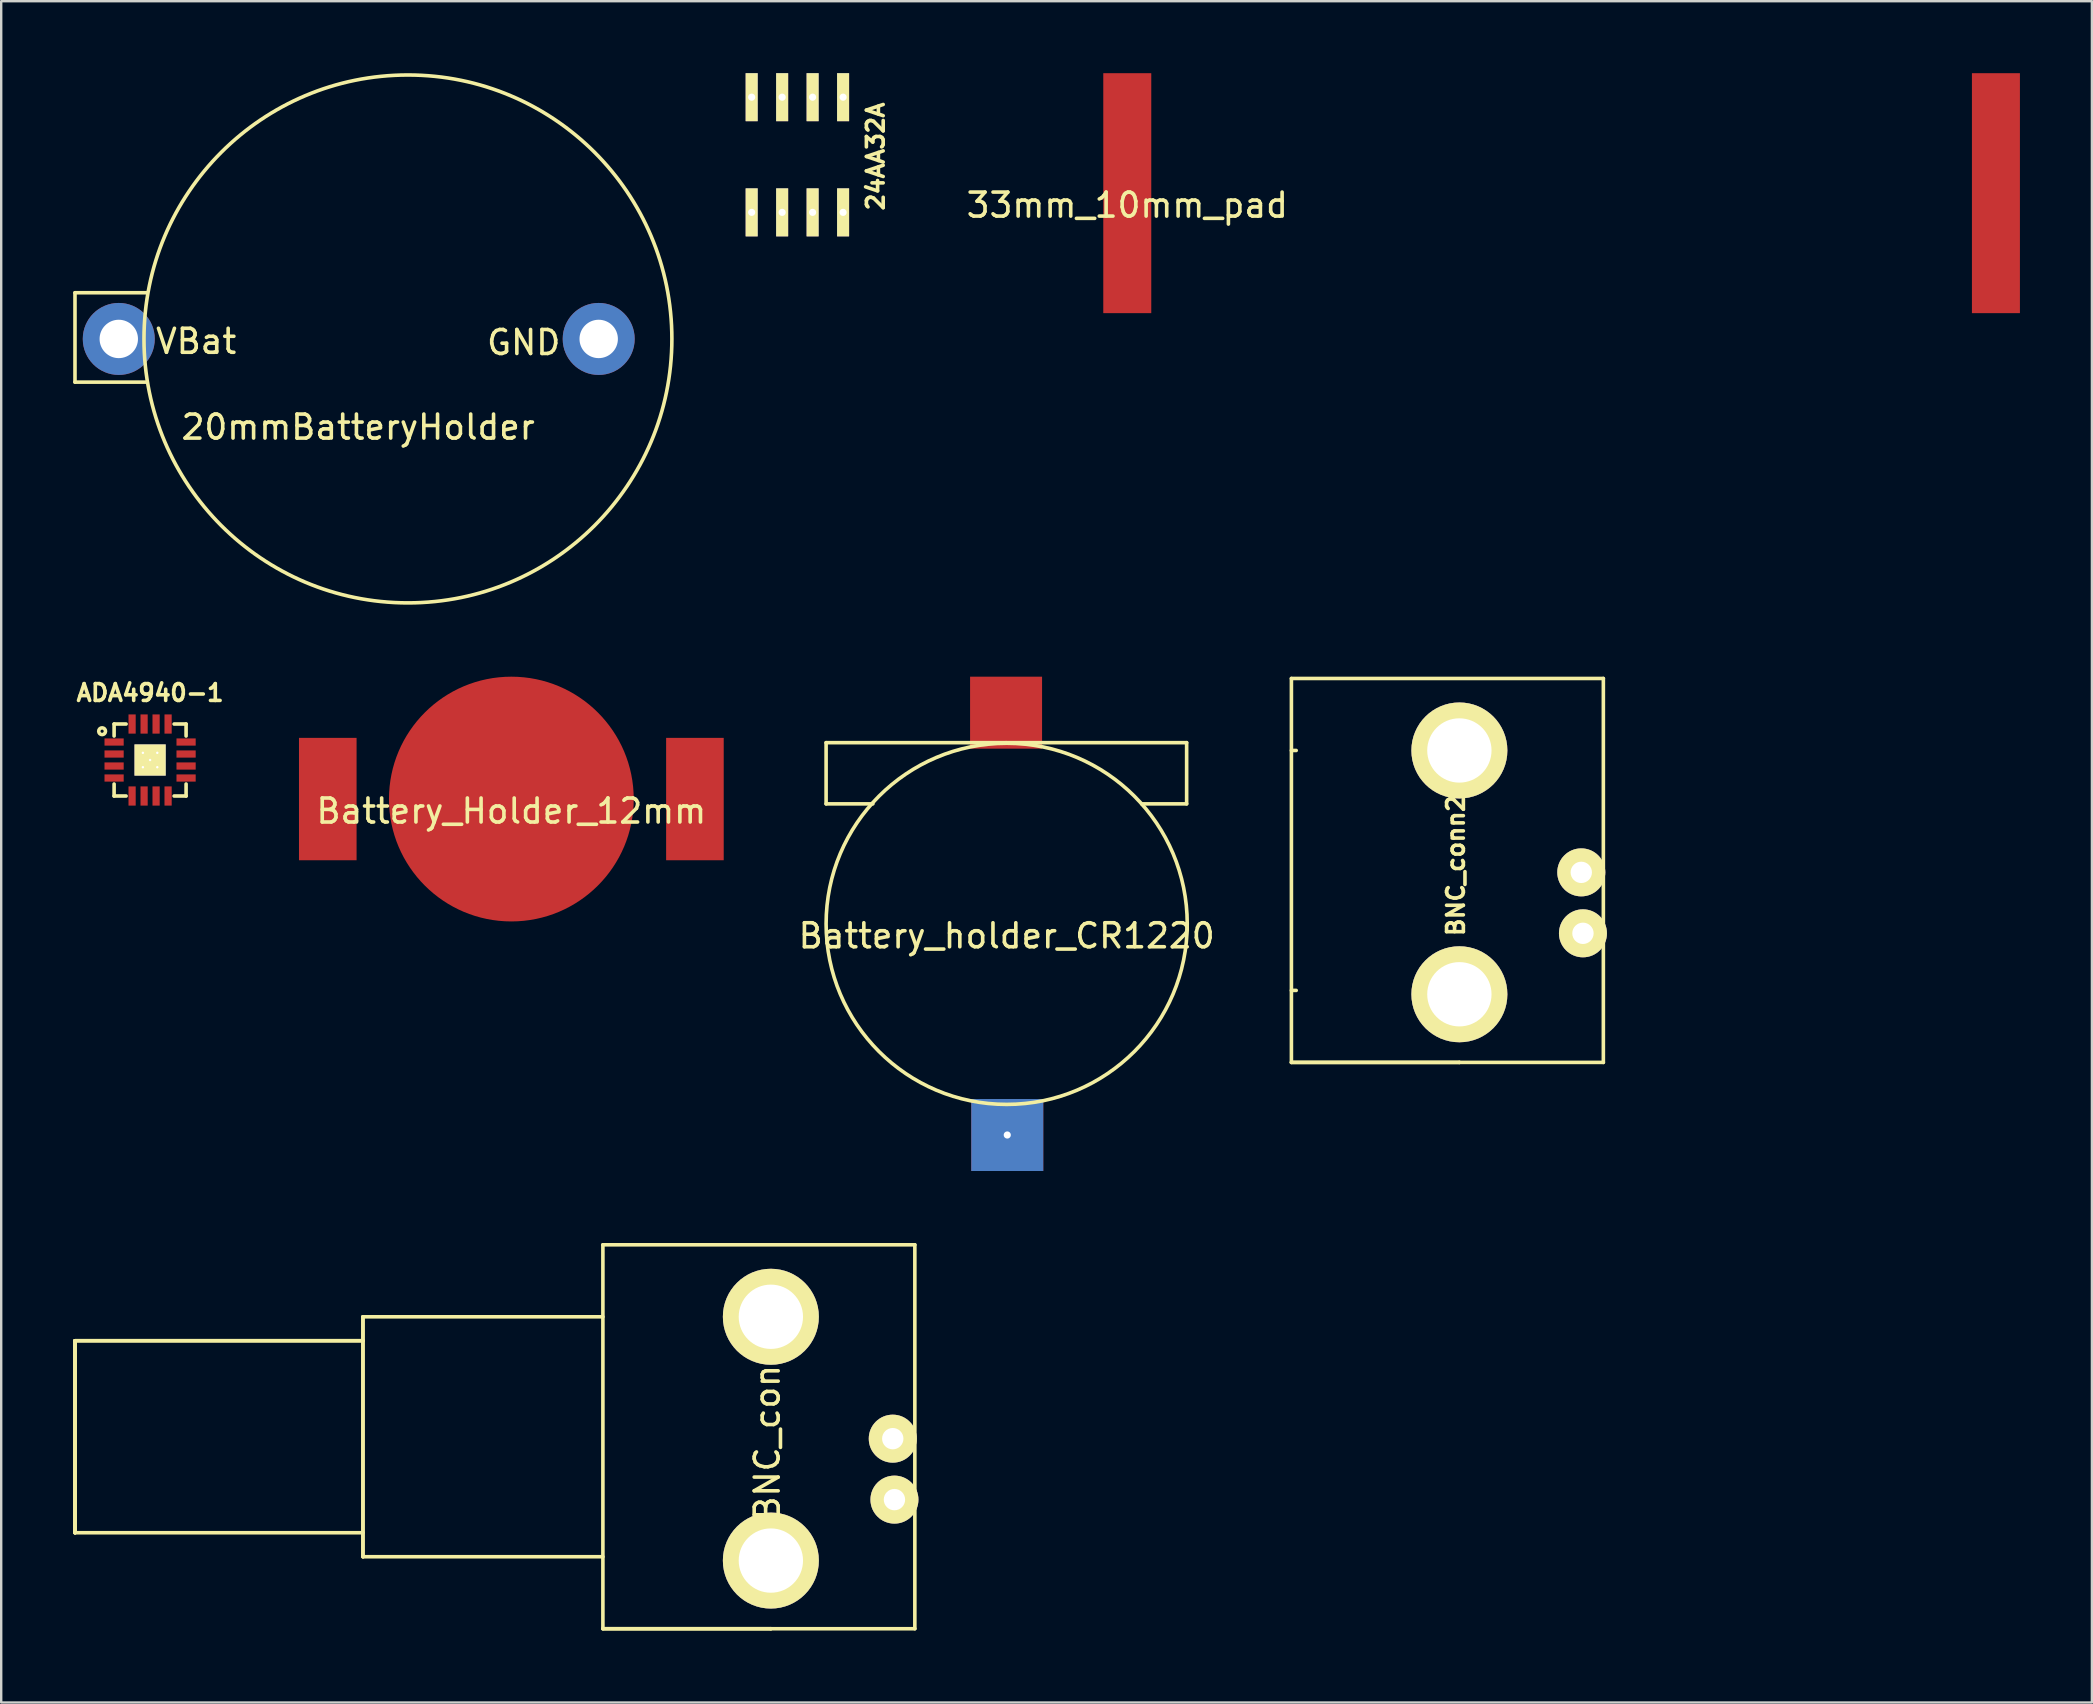
<source format=kicad_pcb>
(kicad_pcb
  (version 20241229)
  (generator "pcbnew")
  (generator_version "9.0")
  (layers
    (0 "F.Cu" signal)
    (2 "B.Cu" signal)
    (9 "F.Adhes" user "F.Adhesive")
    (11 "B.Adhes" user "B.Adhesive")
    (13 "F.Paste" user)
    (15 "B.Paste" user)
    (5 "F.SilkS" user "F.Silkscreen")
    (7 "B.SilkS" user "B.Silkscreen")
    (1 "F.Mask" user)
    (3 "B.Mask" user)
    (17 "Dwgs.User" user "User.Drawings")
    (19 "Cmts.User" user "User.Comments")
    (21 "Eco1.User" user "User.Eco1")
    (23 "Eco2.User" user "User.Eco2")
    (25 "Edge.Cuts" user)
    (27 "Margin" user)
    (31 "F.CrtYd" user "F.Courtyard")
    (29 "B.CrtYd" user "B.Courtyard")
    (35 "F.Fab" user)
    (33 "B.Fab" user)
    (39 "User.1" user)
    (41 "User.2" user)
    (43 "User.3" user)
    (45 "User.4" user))
  (footprint "20mmBatteryHolder"
    (layer "F.Cu")
    (at 11.9 11.075)
    (property "Reference" "20mmBatteryHolder" (at -0.025 3.675 0) (layer "F.SilkS") (effects (font (size 1 1) (thickness 0.15))))
    (attr through_hole)
    (fp_line (start -11.825 -1.925) (end -11.825 1.8) (stroke (width 0.15) (type solid)) (layer "F.SilkS"))
    (fp_line (start -11.825 -1.925) (end -8.825 -1.925) (stroke (width 0.15) (type solid)) (layer "F.SilkS"))
    (fp_line (start -11.825 1.8) (end -8.825 1.8) (stroke (width 0.15) (type solid)) (layer "F.SilkS"))
    (fp_circle (center 2.05 0) (end 13.05 0) (stroke (width 0.15) (type solid)) (fill no) (layer "F.SilkS"))
    (fp_text user "VBat" (at -6.775 0.1 0) (layer "F.SilkS") (effects (font (size 1 1) (thickness 0.15))))
    (fp_text user "GND" (at 6.875 0.15 0) (layer "F.SilkS") (effects (font (size 1 1) (thickness 0.15))))
    (pad "1" thru_hole circle (at 10 0) (size 3 3) (drill 1.6) (layers "*.Cu" "*.Mask"))
    (pad "2" thru_hole circle (at -10 0) (size 3 3) (drill 1.6) (layers "*.Cu" "*.Mask")))
  (footprint "BNC_conn2"
    (layer "F.Cu")
    (at 57.768 28.225)
    (property "Reference" "BNC_conn2" (at -0.15 4.8 90) (layer "F.SilkS") (effects (font (size 0.7 0.7) (thickness 0.15))))
    (attr through_hole)
    (fp_line (start -7 0) (end -6.8 0) (stroke (width 0.15) (type solid)) (layer "F.SilkS"))
    (fp_line (start -7 10) (end -6.8 10) (stroke (width 0.15) (type solid)) (layer "F.SilkS"))
    (fp_line (start -7 13) (end -7 -3) (stroke (width 0.15) (type solid)) (layer "F.SilkS"))
    (fp_line (start -7 13) (end 0 13) (stroke (width 0.15) (type solid)) (layer "F.SilkS"))
    (fp_line (start 0 13) (end -7 13) (stroke (width 0.15) (type solid)) (layer "F.SilkS"))
    (fp_line (start 6 -3) (end -7 -3) (stroke (width 0.15) (type solid)) (layer "F.SilkS"))
    (fp_line (start 6 13) (end 0 13) (stroke (width 0.15) (type solid)) (layer "F.SilkS"))
    (fp_line (start 6 13) (end 6 -3) (stroke (width 0.15) (type solid)) (layer "F.SilkS"))
    (pad "1" thru_hole circle (at 5.08 5.08) (size 2 2) (drill 0.89) (layers "*.Cu" "*.Mask" "F.SilkS"))
    (pad "2" thru_hole circle (at 0 0) (size 4 4) (drill 2.68) (layers "*.Cu" "*.Mask" "F.SilkS"))
    (pad "2" thru_hole circle (at 0 10.16) (size 4 4) (drill 2.68) (layers "*.Cu" "*.Mask" "F.SilkS"))
    (pad "2" thru_hole circle (at 5.15 7.62) (size 2 2) (drill 0.89) (layers "*.Cu" "*.Mask" "F.SilkS")))
  (footprint "24AA32A"
    (layer "F.Cu")
    (at 30.18 3.4)
    (property "Reference" "24AA32A" (at 3.26 0.071 270) (layer "F.SilkS") (effects (font (size 0.7 0.7) (thickness 0.15))))
    (attr through_hole)
    (pad "1" thru_hole rect (at -1.905 2.4) (size 0.5 2) (drill 0.3) (layers "*.Cu" "*.Mask" "F.SilkS"))
    (pad "2" thru_hole rect (at -0.635 2.4) (size 0.5 2) (drill 0.3) (layers "*.Cu" "*.Mask" "F.SilkS"))
    (pad "3" thru_hole rect (at 0.635 2.4) (size 0.5 2) (drill 0.3) (layers "*.Cu" "*.Mask" "F.SilkS"))
    (pad "4" thru_hole rect (at 1.905 2.4) (size 0.5 2) (drill 0.3) (layers "*.Cu" "*.Mask" "F.SilkS"))
    (pad "5" thru_hole rect (at 1.905 -2.4) (size 0.5 2) (drill 0.3) (layers "*.Cu" "*.Mask" "F.SilkS"))
    (pad "6" thru_hole rect (at 0.635 -2.4) (size 0.5 2) (drill 0.3) (layers "*.Cu" "*.Mask" "F.SilkS"))
    (pad "7" thru_hole rect (at -0.635 -2.4) (size 0.5 2) (drill 0.3) (layers "*.Cu" "*.Mask" "F.SilkS"))
    (pad "8" thru_hole rect (at -1.905 -2.4) (size 0.5 2) (drill 0.3) (layers "*.Cu" "*.Mask" "F.SilkS")))
  (footprint "Battery_holder_CR1220"
    (layer "F.Cu")
    (at 38.902 35.45)
    (property "Reference" "Battery_holder_CR1220" (at 0 0.5 0) (layer "F.SilkS") (effects (font (size 1 1) (thickness 0.15))))
    (attr through_hole)
    (fp_line (start -7.525 -7.55) (end -7.525 -5) (stroke (width 0.15) (type solid)) (layer "F.SilkS"))
    (fp_line (start -7.525 -5) (end -5.575 -5) (stroke (width 0.15) (type solid)) (layer "F.SilkS"))
    (fp_line (start -0.025 -7.55) (end -7.525 -7.55) (stroke (width 0.15) (type solid)) (layer "F.SilkS"))
    (fp_line (start -0.025 -7.55) (end 7.5 -7.55) (stroke (width 0.15) (type solid)) (layer "F.SilkS"))
    (fp_line (start 7.5 -7.55) (end 7.5 -5) (stroke (width 0.15) (type solid)) (layer "F.SilkS"))
    (fp_line (start 7.5 -5) (end 5.625 -5) (stroke (width 0.15) (type solid)) (layer "F.SilkS"))
    (fp_circle (center 0 0) (end 7.525 -0.025) (stroke (width 0.15) (type solid)) (fill no) (layer "F.SilkS"))
    (pad "1" thru_hole rect (at 0.025 8.8) (size 3 3) (drill 0.3) (layers "*.Cu" "*.Mask"))
    (pad "2" smd rect (at -0.025 -8.8) (size 3 3) (layers "F.Cu" "F.Mask" "F.Paste")))
  (footprint "Battery_Holder_12mm"
    (layer "F.Cu")
    (at 18.26 30.25)
    (property "Reference" "Battery_Holder_12mm" (at 0 0.5 0) (layer "F.SilkS") (effects (font (size 1 1) (thickness 0.15))))
    (attr through_hole)
    (pad "1" smd circle (at 0 0) (size 10.2 10.2) (layers "F.Cu" "F.Mask" "F.Paste"))
    (pad "2" smd rect (at -7.65 0) (size 2.4 5.1) (layers "F.Cu" "F.Mask" "F.Paste"))
    (pad "2" smd rect (at 7.65 0) (size 2.4 5.1) (layers "F.Cu" "F.Mask" "F.Paste")))
  (footprint "33mm_10mm_pad"
    (layer "F.Cu")
    (at 43.928 5)
    (property "Reference" "33mm_10mm_pad" (at 0 0.5 0) (layer "F.SilkS") (effects (font (size 1 1) (thickness 0.15))))
    (attr through_hole)
    (pad "1" smd rect (at 0 0) (size 2 10) (layers "F.Cu" "F.Mask" "F.Paste"))
    (pad "1" smd rect (at 36.2 0) (size 2 10) (layers "F.Cu" "F.Mask" "F.Paste")))
  (footprint "ADA4940-1"
    (placed yes)
    (layer "F.Cu")
    (at 3.205 28.623)
    (property "Reference" "ADA4940-1" (at 0 -2.8 0) (layer "F.SilkS") (effects (font (size 0.7 0.7) (thickness 0.15))))
    (attr through_hole)
    (fp_line (start -1.5 -1.5) (end -1.5 -1) (stroke (width 0.15) (type solid)) (layer "F.SilkS"))
    (fp_line (start -1.5 -1.5) (end -1 -1.5) (stroke (width 0.15) (type solid)) (layer "F.SilkS"))
    (fp_line (start -1.5 1.5) (end -1.5 1) (stroke (width 0.15) (type solid)) (layer "F.SilkS"))
    (fp_line (start -1 1.5) (end -1.5 1.5) (stroke (width 0.15) (type solid)) (layer "F.SilkS"))
    (fp_line (start 1.5 -1.5) (end 1 -1.5) (stroke (width 0.15) (type solid)) (layer "F.SilkS"))
    (fp_line (start 1.5 -1.5) (end 1.5 -1) (stroke (width 0.15) (type solid)) (layer "F.SilkS"))
    (fp_line (start 1.5 1) (end 1.5 1.5) (stroke (width 0.15) (type solid)) (layer "F.SilkS"))
    (fp_line (start 1.5 1.5) (end 1 1.5) (stroke (width 0.15) (type solid)) (layer "F.SilkS"))
    (fp_circle (center -2 -1.2) (end -1.9 -1.1) (stroke (width 0.15) (type solid)) (fill no) (layer "F.SilkS"))
    (pad "1" smd rect (at -1.5 -0.75 90) (size 0.3 0.8) (layers "F.Cu" "F.Mask" "F.Paste"))
    (pad "2" smd rect (at -1.5 -0.25 90) (size 0.3 0.8) (layers "F.Cu" "F.Mask" "F.Paste"))
    (pad "3" smd rect (at -1.5 0.25 90) (size 0.3 0.8) (layers "F.Cu" "F.Mask" "F.Paste"))
    (pad "4" smd rect (at -1.5 0.75 90) (size 0.3 0.8) (layers "F.Cu" "F.Mask" "F.Paste"))
    (pad "5" smd rect (at -0.75 1.5) (size 0.3 0.8) (layers "F.Cu" "F.Mask" "F.Paste"))
    (pad "6" smd rect (at -0.25 1.5) (size 0.3 0.8) (layers "F.Cu" "F.Mask" "F.Paste"))
    (pad "7" smd rect (at 0.25 1.5) (size 0.3 0.8) (layers "F.Cu" "F.Mask" "F.Paste"))
    (pad "8" smd rect (at 0.75 1.5) (size 0.3 0.8) (layers "F.Cu" "F.Mask" "F.Paste"))
    (pad "9" smd rect (at 1.5 0.75 90) (size 0.3 0.8) (layers "F.Cu" "F.Mask" "F.Paste"))
    (pad "10" smd rect (at 1.5 0.25 90) (size 0.3 0.8) (layers "F.Cu" "F.Mask" "F.Paste"))
    (pad "11" smd rect (at 1.5 -0.25 90) (size 0.3 0.8) (layers "F.Cu" "F.Mask" "F.Paste"))
    (pad "12" smd rect (at 1.5 -0.75 90) (size 0.3 0.8) (layers "F.Cu" "F.Mask" "F.Paste"))
    (pad "13" smd rect (at 0.75 -1.5) (size 0.3 0.8) (layers "F.Cu" "F.Mask" "F.Paste"))
    (pad "14" smd rect (at 0.25 -1.5) (size 0.3 0.8) (layers "F.Cu" "F.Mask" "F.Paste"))
    (pad "15" smd rect (at -0.25 -1.5) (size 0.3 0.8) (layers "F.Cu" "F.Mask" "F.Paste"))
    (pad "16" smd rect (at -0.75 -1.5) (size 0.3 0.8) (layers "F.Cu" "F.Mask" "F.Paste"))
    (pad "17" thru_hole circle (at -0.3 -0.3) (size 0.2 0.2) (drill 0.1) (layers "*.Cu" "*.Mask" "F.SilkS"))
    (pad "17" thru_hole circle (at -0.3 0.3) (size 0.2 0.2) (drill 0.1) (layers "*.Cu" "*.Mask" "F.SilkS"))
    (pad "17" thru_hole rect (at 0 0) (size 1.3 1.3) (drill 0.1) (layers "*.Cu" "*.Mask" "F.SilkS"))
    (pad "17" thru_hole circle (at 0.3 -0.3) (size 0.2 0.2) (drill 0.1) (layers "*.Cu" "*.Mask" "F.SilkS"))
    (pad "17" thru_hole circle (at 0.3 0.3) (size 0.2 0.2) (drill 0.1) (layers "*.Cu" "*.Mask" "F.SilkS")))
  (footprint "BNC_conn"
    (layer "F.Cu")
    (at 29.075 51.825)
    (property "Reference" "BNC_conn" (at -0.15 4.8 90) (layer "F.SilkS") (effects (font (size 1 1) (thickness 0.15))))
    (attr through_hole)
    (fp_line (start -29 1) (end -29 9) (stroke (width 0.15) (type solid)) (layer "F.SilkS"))
    (fp_line (start -29 1) (end -29 9) (stroke (width 0.15) (type solid)) (layer "F.SilkS"))
    (fp_line (start -29 1) (end -17 1) (stroke (width 0.15) (type solid)) (layer "F.SilkS"))
    (fp_line (start -29 9) (end -29 1) (stroke (width 0.15) (type solid)) (layer "F.SilkS"))
    (fp_line (start -29 9) (end -17 9) (stroke (width 0.15) (type solid)) (layer "F.SilkS"))
    (fp_line (start -17 0) (end -17 10) (stroke (width 0.15) (type solid)) (layer "F.SilkS"))
    (fp_line (start -17 0) (end -7 0) (stroke (width 0.15) (type solid)) (layer "F.SilkS"))
    (fp_line (start -17 1) (end -29 1) (stroke (width 0.15) (type solid)) (layer "F.SilkS"))
    (fp_line (start -17 10) (end -17 0) (stroke (width 0.15) (type solid)) (layer "F.SilkS"))
    (fp_line (start -17 10) (end -7 10) (stroke (width 0.15) (type solid)) (layer "F.SilkS"))
    (fp_line (start -7 13) (end -7 -3) (stroke (width 0.15) (type solid)) (layer "F.SilkS"))
    (fp_line (start -7 13) (end 0 13) (stroke (width 0.15) (type solid)) (layer "F.SilkS"))
    (fp_line (start 0 13) (end -7 13) (stroke (width 0.15) (type solid)) (layer "F.SilkS"))
    (fp_line (start 6 -3) (end -7 -3) (stroke (width 0.15) (type solid)) (layer "F.SilkS"))
    (fp_line (start 6 13) (end 0 13) (stroke (width 0.15) (type solid)) (layer "F.SilkS"))
    (fp_line (start 6 13) (end 6 -3) (stroke (width 0.15) (type solid)) (layer "F.SilkS"))
    (pad "1" thru_hole circle (at 5.08 5.08) (size 2 2) (drill 0.89) (layers "*.Cu" "*.Mask" "F.SilkS"))
    (pad "2" thru_hole circle (at 0 0) (size 4 4) (drill 2.68) (layers "*.Cu" "*.Mask" "F.SilkS"))
    (pad "2" thru_hole circle (at 0 10.16) (size 4 4) (drill 2.68) (layers "*.Cu" "*.Mask" "F.SilkS"))
    (pad "2" thru_hole circle (at 5.15 7.62) (size 2 2) (drill 0.89) (layers "*.Cu" "*.Mask" "F.SilkS")))
  (gr_rect
    (start -3 -3)
    (end 84.128 67.9)
    (stroke (width 0.1) (type default))
    (fill no)
    (layer "Edge.Cuts")))
</source>
